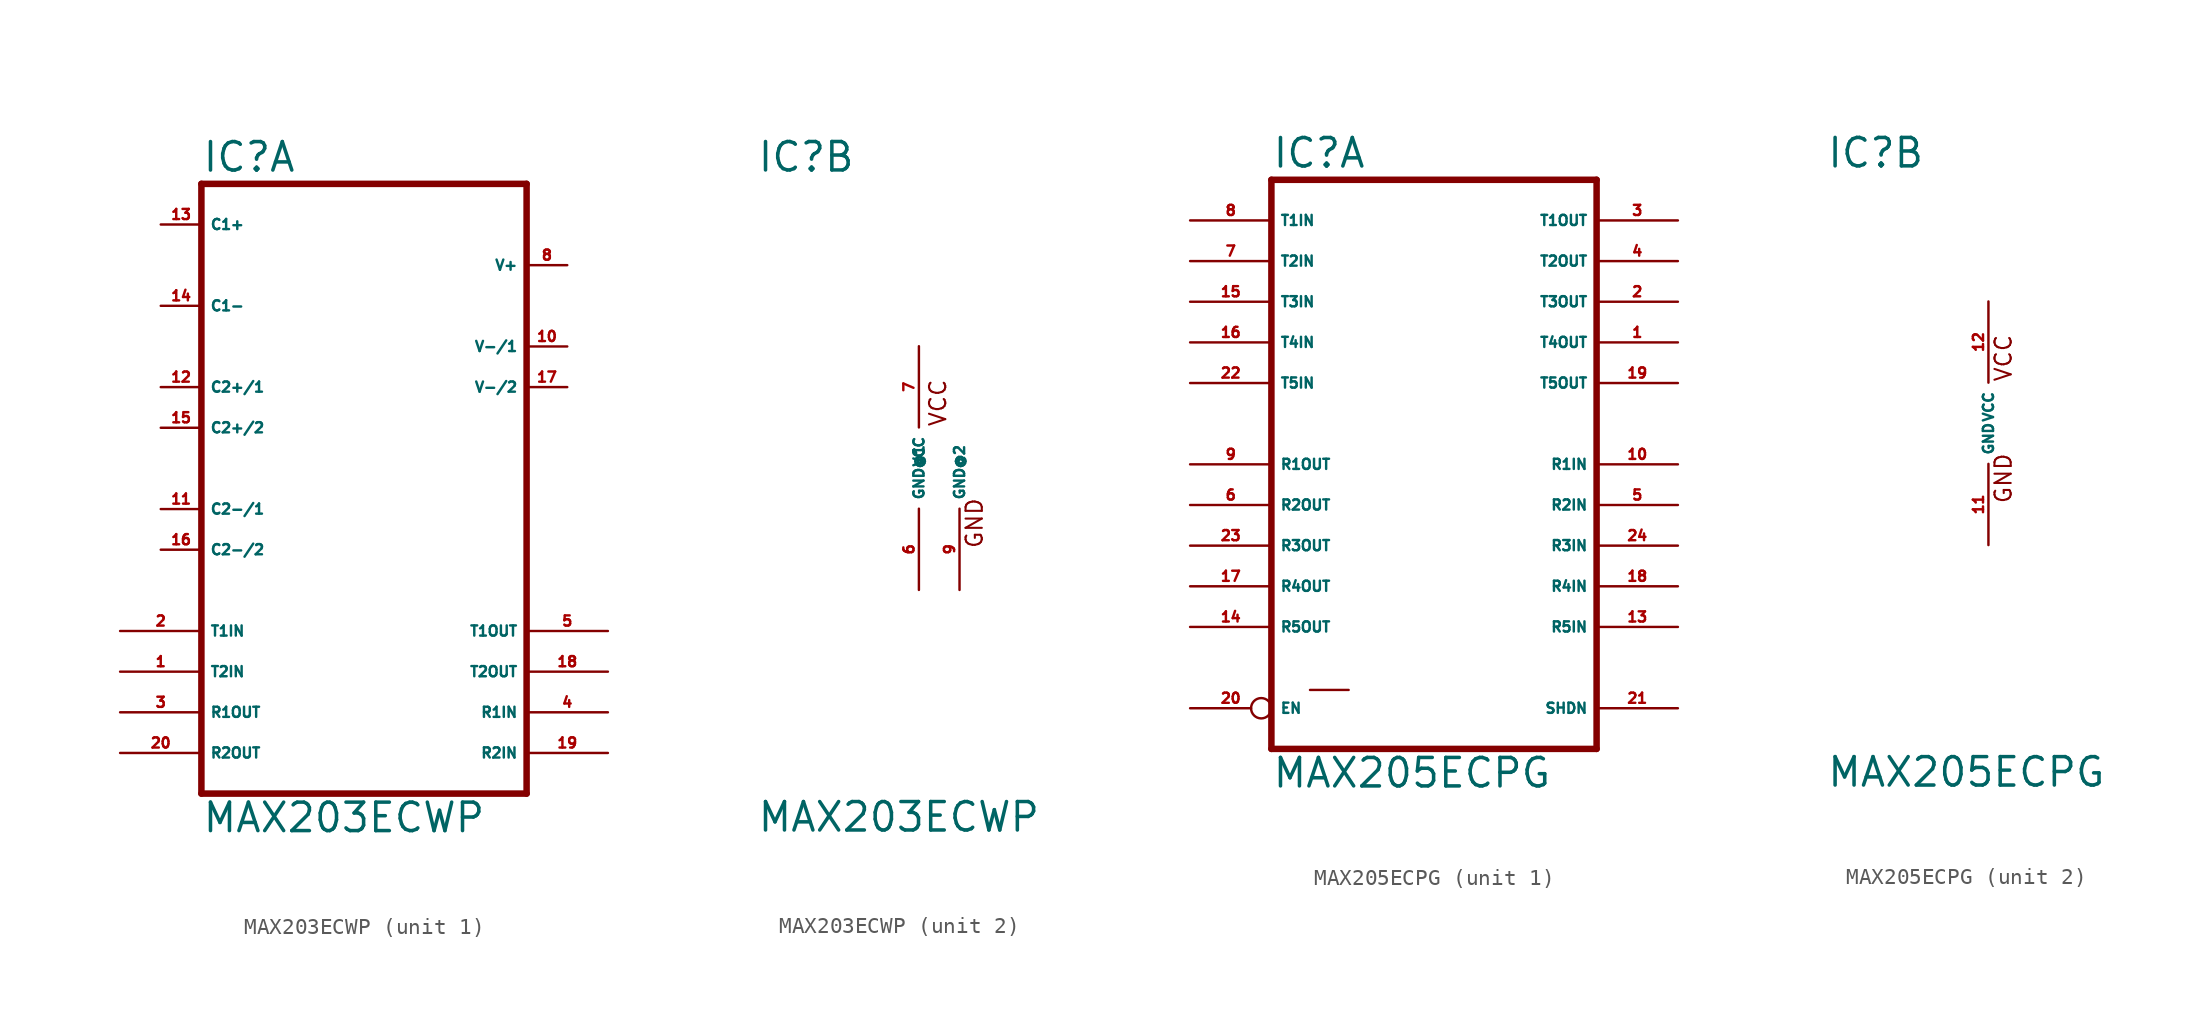
<source format=kicad_sym>
(kicad_symbol_lib
  (version 20220914)
  (generator Eagle2Kicad)
  (symbol "MAX203ECWP"
    (property "Reference" "IC"
      (at -10.16 18.415 0)
      (effects (font (size 1.778 1.778) (thickness 0.22)) (justify left bottom)))
    (property "Value" "MAX203ECWP"
      (at -10.16 -22.86 0)
      (effects (font (size 1.778 1.778) (thickness 0.22)) (justify left bottom)))
    (symbol "MAX203ECWP_1_0"
      (polyline (pts (xy -10.16 17.78) (xy 10.16 17.78)) (stroke (width 0.406) (type default)) (fill (type none)))
      (polyline (pts (xy 10.16 -20.32) (xy 10.16 17.78)) (stroke (width 0.406) (type default)) (fill (type none)))
      (polyline (pts (xy 10.16 -20.32) (xy -10.16 -20.32)) (stroke (width 0.406) (type default)) (fill (type none)))
      (polyline (pts (xy -10.16 17.78) (xy -10.16 -20.32)) (stroke (width 0.406) (type default)) (fill (type none)))
      (pin passive line (at -12.7 15.24 0) (length 2.54) (name "C1+" (effects (font (size 0.635 0.635) (thickness 0.08)) (justify left bottom))) (number "13" (effects (font (size 0.635 0.635) (thickness 0.08)) (justify left bottom))))
      (pin passive line (at -12.7 10.16 0) (length 2.54) (name "C1-" (effects (font (size 0.635 0.635) (thickness 0.08)) (justify left bottom))) (number "14" (effects (font (size 0.635 0.635) (thickness 0.08)) (justify left bottom))))
      (pin passive line (at -12.7 5.08 0) (length 2.54) (name "C2+/1" (effects (font (size 0.635 0.635) (thickness 0.08)) (justify left bottom))) (number "12" (effects (font (size 0.635 0.635) (thickness 0.08)) (justify left bottom))))
      (pin passive line (at -12.7 -2.54 0) (length 2.54) (name "C2-/1" (effects (font (size 0.635 0.635) (thickness 0.08)) (justify left bottom))) (number "11" (effects (font (size 0.635 0.635) (thickness 0.08)) (justify left bottom))))
      (pin input line (at -15.24 -10.16 0) (length 5.08) (name "T1IN" (effects (font (size 0.635 0.635) (thickness 0.08)) (justify left bottom))) (number "2" (effects (font (size 0.635 0.635) (thickness 0.08)) (justify left bottom))))
      (pin input line (at -15.24 -12.7 0) (length 5.08) (name "T2IN" (effects (font (size 0.635 0.635) (thickness 0.08)) (justify left bottom))) (number "1" (effects (font (size 0.635 0.635) (thickness 0.08)) (justify left bottom))))
      (pin output line (at -15.24 -15.24 0) (length 5.08) (name "R1OUT" (effects (font (size 0.635 0.635) (thickness 0.08)) (justify left bottom))) (number "3" (effects (font (size 0.635 0.635) (thickness 0.08)) (justify left bottom))))
      (pin output line (at -15.24 -17.78 0) (length 5.08) (name "R2OUT" (effects (font (size 0.635 0.635) (thickness 0.08)) (justify left bottom))) (number "20" (effects (font (size 0.635 0.635) (thickness 0.08)) (justify left bottom))))
      (pin passive line (at 12.7 12.7 180) (length 2.54) (name "V+" (effects (font (size 0.635 0.635) (thickness 0.08)) (justify left bottom))) (number "8" (effects (font (size 0.635 0.635) (thickness 0.08)) (justify left bottom))))
      (pin passive line (at 12.7 7.62 180) (length 2.54) (name "V-/1" (effects (font (size 0.635 0.635) (thickness 0.08)) (justify left bottom))) (number "10" (effects (font (size 0.635 0.635) (thickness 0.08)) (justify left bottom))))
      (pin output line (at 15.24 -10.16 180) (length 5.08) (name "T1OUT" (effects (font (size 0.635 0.635) (thickness 0.08)) (justify left bottom))) (number "5" (effects (font (size 0.635 0.635) (thickness 0.08)) (justify left bottom))))
      (pin output line (at 15.24 -12.7 180) (length 5.08) (name "T2OUT" (effects (font (size 0.635 0.635) (thickness 0.08)) (justify left bottom))) (number "18" (effects (font (size 0.635 0.635) (thickness 0.08)) (justify left bottom))))
      (pin input line (at 15.24 -15.24 180) (length 5.08) (name "R1IN" (effects (font (size 0.635 0.635) (thickness 0.08)) (justify left bottom))) (number "4" (effects (font (size 0.635 0.635) (thickness 0.08)) (justify left bottom))))
      (pin input line (at 15.24 -17.78 180) (length 5.08) (name "R2IN" (effects (font (size 0.635 0.635) (thickness 0.08)) (justify left bottom))) (number "19" (effects (font (size 0.635 0.635) (thickness 0.08)) (justify left bottom))))
      (pin passive line (at -12.7 2.54 0) (length 2.54) (name "C2+/2" (effects (font (size 0.635 0.635) (thickness 0.08)) (justify left bottom))) (number "15" (effects (font (size 0.635 0.635) (thickness 0.08)) (justify left bottom))))
      (pin passive line (at -12.7 -5.08 0) (length 2.54) (name "C2-/2" (effects (font (size 0.635 0.635) (thickness 0.08)) (justify left bottom))) (number "16" (effects (font (size 0.635 0.635) (thickness 0.08)) (justify left bottom))))
      (pin passive line (at 12.7 5.08 180) (length 2.54) (name "V-/2" (effects (font (size 0.635 0.635) (thickness 0.08)) (justify left bottom))) (number "17" (effects (font (size 0.635 0.635) (thickness 0.08)) (justify left bottom)))))
    (symbol "MAX203ECWP_2_0"
      (text "VCC" (at 1.778 2.54 900) (effects (font (size 1.016 1.016) (thickness 0.13)) (justify left bottom)))
      (text "GND" (at 4.064 -5.08 900) (effects (font (size 1.016 1.016) (thickness 0.13)) (justify left bottom)))
      (pin unspecified line (at 0 -7.62 90) (length 5.08) (name "GND@1" (effects (font (size 0.635 0.635) (thickness 0.08)) (justify left bottom))) (number "6" (effects (font (size 0.635 0.635) (thickness 0.08)) (justify left bottom))))
      (pin unspecified line (at 2.54 -7.62 90) (length 5.08) (name "GND@2" (effects (font (size 0.635 0.635) (thickness 0.08)) (justify left bottom))) (number "9" (effects (font (size 0.635 0.635) (thickness 0.08)) (justify left bottom))))
      (pin unspecified line (at 0 7.62 270) (length 5.08) (name "VCC" (effects (font (size 0.635 0.635) (thickness 0.08)) (justify left bottom))) (number "7" (effects (font (size 0.635 0.635) (thickness 0.08)) (justify left bottom))))))
  (symbol "MAX205ECPG"
    (property "Reference" "IC"
      (at -10.16 15.875 0)
      (effects (font (size 1.778 1.778) (thickness 0.22)) (justify left bottom)))
    (property "Value" "MAX205ECPG"
      (at -10.16 -22.86 0)
      (effects (font (size 1.778 1.778) (thickness 0.22)) (justify left bottom)))
    (symbol "MAX205ECPG_1_0"
      (polyline (pts (xy -10.16 15.24) (xy 10.16 15.24)) (stroke (width 0.406) (type default)) (fill (type none)))
      (polyline (pts (xy 10.16 -20.32) (xy 10.16 15.24)) (stroke (width 0.406) (type default)) (fill (type none)))
      (polyline (pts (xy 10.16 -20.32) (xy -10.16 -20.32)) (stroke (width 0.406) (type default)) (fill (type none)))
      (polyline (pts (xy -10.16 15.24) (xy -10.16 -20.32)) (stroke (width 0.406) (type default)) (fill (type none)))
      (polyline (pts (xy -7.747 -16.637) (xy -5.334 -16.637)) (stroke (width 0.152) (type default)) (fill (type none)))
      (pin passive inverted (at -15.24 -17.78 0) (length 5.08) (name "EN" (effects (font (size 0.635 0.635) (thickness 0.08)) (justify left bottom))) (number "20" (effects (font (size 0.635 0.635) (thickness 0.08)) (justify left bottom))))
      (pin input line (at -15.24 2.54 0) (length 5.08) (name "T5IN" (effects (font (size 0.635 0.635) (thickness 0.08)) (justify left bottom))) (number "22" (effects (font (size 0.635 0.635) (thickness 0.08)) (justify left bottom))))
      (pin output line (at -15.24 -2.54 0) (length 5.08) (name "R1OUT" (effects (font (size 0.635 0.635) (thickness 0.08)) (justify left bottom))) (number "9" (effects (font (size 0.635 0.635) (thickness 0.08)) (justify left bottom))))
      (pin output line (at -15.24 -5.08 0) (length 5.08) (name "R2OUT" (effects (font (size 0.635 0.635) (thickness 0.08)) (justify left bottom))) (number "6" (effects (font (size 0.635 0.635) (thickness 0.08)) (justify left bottom))))
      (pin input line (at -15.24 12.7 0) (length 5.08) (name "T1IN" (effects (font (size 0.635 0.635) (thickness 0.08)) (justify left bottom))) (number "8" (effects (font (size 0.635 0.635) (thickness 0.08)) (justify left bottom))))
      (pin input line (at -15.24 10.16 0) (length 5.08) (name "T2IN" (effects (font (size 0.635 0.635) (thickness 0.08)) (justify left bottom))) (number "7" (effects (font (size 0.635 0.635) (thickness 0.08)) (justify left bottom))))
      (pin input line (at -15.24 7.62 0) (length 5.08) (name "T3IN" (effects (font (size 0.635 0.635) (thickness 0.08)) (justify left bottom))) (number "15" (effects (font (size 0.635 0.635) (thickness 0.08)) (justify left bottom))))
      (pin input line (at -15.24 5.08 0) (length 5.08) (name "T4IN" (effects (font (size 0.635 0.635) (thickness 0.08)) (justify left bottom))) (number "16" (effects (font (size 0.635 0.635) (thickness 0.08)) (justify left bottom))))
      (pin input line (at 15.24 -7.62 180) (length 5.08) (name "R3IN" (effects (font (size 0.635 0.635) (thickness 0.08)) (justify left bottom))) (number "24" (effects (font (size 0.635 0.635) (thickness 0.08)) (justify left bottom))))
      (pin output line (at 15.24 2.54 180) (length 5.08) (name "T5OUT" (effects (font (size 0.635 0.635) (thickness 0.08)) (justify left bottom))) (number "19" (effects (font (size 0.635 0.635) (thickness 0.08)) (justify left bottom))))
      (pin output line (at 15.24 12.7 180) (length 5.08) (name "T1OUT" (effects (font (size 0.635 0.635) (thickness 0.08)) (justify left bottom))) (number "3" (effects (font (size 0.635 0.635) (thickness 0.08)) (justify left bottom))))
      (pin output line (at 15.24 10.16 180) (length 5.08) (name "T2OUT" (effects (font (size 0.635 0.635) (thickness 0.08)) (justify left bottom))) (number "4" (effects (font (size 0.635 0.635) (thickness 0.08)) (justify left bottom))))
      (pin output line (at 15.24 7.62 180) (length 5.08) (name "T3OUT" (effects (font (size 0.635 0.635) (thickness 0.08)) (justify left bottom))) (number "2" (effects (font (size 0.635 0.635) (thickness 0.08)) (justify left bottom))))
      (pin output line (at 15.24 5.08 180) (length 5.08) (name "T4OUT" (effects (font (size 0.635 0.635) (thickness 0.08)) (justify left bottom))) (number "1" (effects (font (size 0.635 0.635) (thickness 0.08)) (justify left bottom))))
      (pin output line (at -15.24 -12.7 0) (length 5.08) (name "R5OUT" (effects (font (size 0.635 0.635) (thickness 0.08)) (justify left bottom))) (number "14" (effects (font (size 0.635 0.635) (thickness 0.08)) (justify left bottom))))
      (pin output line (at -15.24 -10.16 0) (length 5.08) (name "R4OUT" (effects (font (size 0.635 0.635) (thickness 0.08)) (justify left bottom))) (number "17" (effects (font (size 0.635 0.635) (thickness 0.08)) (justify left bottom))))
      (pin output line (at -15.24 -7.62 0) (length 5.08) (name "R3OUT" (effects (font (size 0.635 0.635) (thickness 0.08)) (justify left bottom))) (number "23" (effects (font (size 0.635 0.635) (thickness 0.08)) (justify left bottom))))
      (pin input line (at 15.24 -5.08 180) (length 5.08) (name "R2IN" (effects (font (size 0.635 0.635) (thickness 0.08)) (justify left bottom))) (number "5" (effects (font (size 0.635 0.635) (thickness 0.08)) (justify left bottom))))
      (pin input line (at 15.24 -2.54 180) (length 5.08) (name "R1IN" (effects (font (size 0.635 0.635) (thickness 0.08)) (justify left bottom))) (number "10" (effects (font (size 0.635 0.635) (thickness 0.08)) (justify left bottom))))
      (pin passive line (at 15.24 -17.78 180) (length 5.08) (name "SHDN" (effects (font (size 0.635 0.635) (thickness 0.08)) (justify left bottom))) (number "21" (effects (font (size 0.635 0.635) (thickness 0.08)) (justify left bottom))))
      (pin input line (at 15.24 -12.7 180) (length 5.08) (name "R5IN" (effects (font (size 0.635 0.635) (thickness 0.08)) (justify left bottom))) (number "13" (effects (font (size 0.635 0.635) (thickness 0.08)) (justify left bottom))))
      (pin input line (at 15.24 -10.16 180) (length 5.08) (name "R4IN" (effects (font (size 0.635 0.635) (thickness 0.08)) (justify left bottom))) (number "18" (effects (font (size 0.635 0.635) (thickness 0.08)) (justify left bottom)))))
    (symbol "MAX205ECPG_2_0"
      (text "GND" (at 1.524 -5.08 900) (effects (font (size 1.016 1.016) (thickness 0.13)) (justify left bottom)))
      (text "VCC" (at 1.524 2.54 900) (effects (font (size 1.016 1.016) (thickness 0.13)) (justify left bottom)))
      (pin unspecified line (at 0 7.62 270) (length 5.08) (name "VCC" (effects (font (size 0.635 0.635) (thickness 0.08)) (justify left bottom))) (number "12" (effects (font (size 0.635 0.635) (thickness 0.08)) (justify left bottom))))
      (pin unspecified line (at 0 -7.62 90) (length 5.08) (name "GND" (effects (font (size 0.635 0.635) (thickness 0.08)) (justify left bottom))) (number "11" (effects (font (size 0.635 0.635) (thickness 0.08)) (justify left bottom)))))))
</source>
